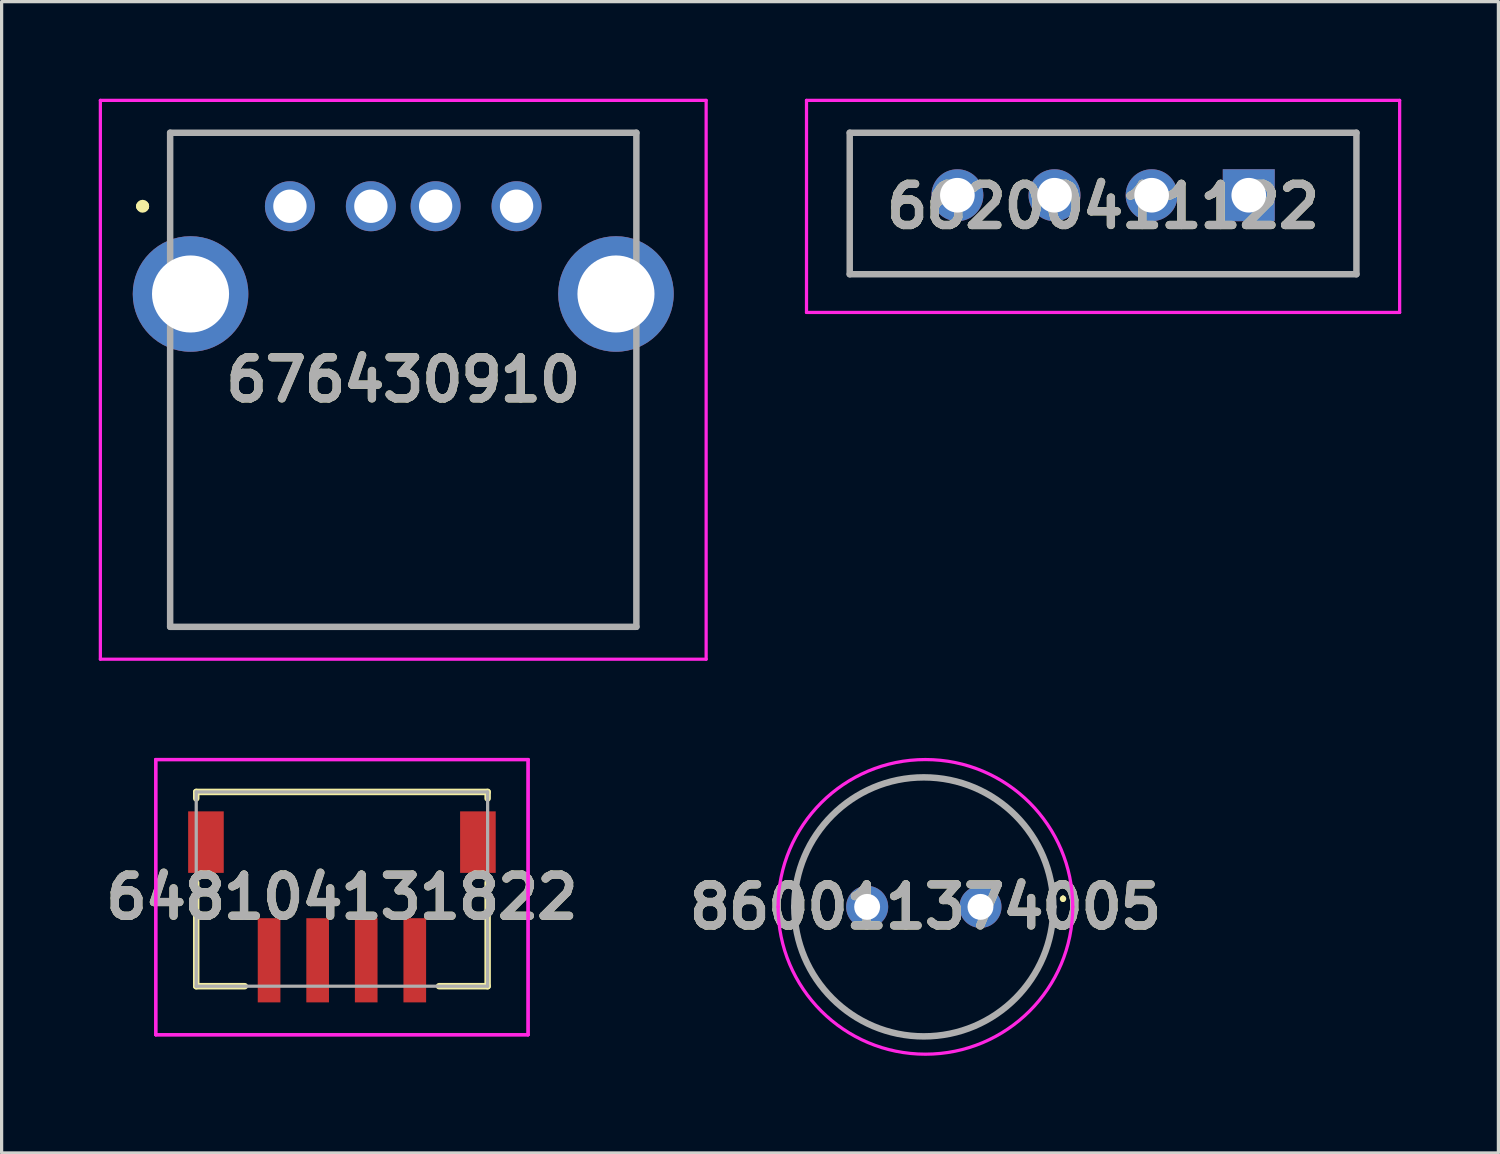
<source format=kicad_pcb>
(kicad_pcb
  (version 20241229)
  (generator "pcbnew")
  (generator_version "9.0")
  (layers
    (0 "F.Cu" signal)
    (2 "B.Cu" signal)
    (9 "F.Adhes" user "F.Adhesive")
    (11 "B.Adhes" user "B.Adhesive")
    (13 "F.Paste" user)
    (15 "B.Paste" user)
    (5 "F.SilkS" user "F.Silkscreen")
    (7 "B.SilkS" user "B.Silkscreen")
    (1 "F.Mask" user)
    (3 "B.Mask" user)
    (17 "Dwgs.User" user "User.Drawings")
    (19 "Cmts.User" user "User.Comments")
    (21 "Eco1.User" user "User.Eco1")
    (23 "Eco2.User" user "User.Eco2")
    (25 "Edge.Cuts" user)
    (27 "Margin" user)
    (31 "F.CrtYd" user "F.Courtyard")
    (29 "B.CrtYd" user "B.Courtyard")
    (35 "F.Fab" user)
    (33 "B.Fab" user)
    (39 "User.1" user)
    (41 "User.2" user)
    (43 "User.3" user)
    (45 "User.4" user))
  (footprint "66200411122"
    (layer "F.Cu")
    (at 35.52 2.98)
    (property "Reference" "66200411122" (at -4.5 0.345 0) (layer "F.SilkS") (effects (font (size 1.27 1.27) (thickness 0.254))))
    (attr through_hole)
    (fp_line (start -12.325 -1.93) (end 3.325 -1.93) (stroke (width 0.1) (type solid)) (layer "F.SilkS"))
    (fp_line (start -12.325 0.57) (end -12.325 -1.93) (stroke (width 0.1) (type solid)) (layer "F.SilkS"))
    (fp_line (start -10.5 2.44) (end 1.5 2.44) (stroke (width 0.1) (type solid)) (layer "F.SilkS"))
    (fp_line (start 3.325 -1.93) (end 3.325 0.57) (stroke (width 0.1) (type solid)) (layer "F.SilkS"))
    (fp_line (start -13.66 -2.93) (end 4.66 -2.93) (stroke (width 0.1) (type solid)) (layer "F.CrtYd"))
    (fp_line (start -13.66 3.62) (end -13.66 -2.93) (stroke (width 0.1) (type solid)) (layer "F.CrtYd"))
    (fp_line (start 4.66 -2.93) (end 4.66 3.62) (stroke (width 0.1) (type solid)) (layer "F.CrtYd"))
    (fp_line (start 4.66 3.62) (end -13.66 3.62) (stroke (width 0.1) (type solid)) (layer "F.CrtYd"))
    (fp_line (start -12.325 -1.93) (end 3.325 -1.93) (stroke (width 0.2) (type solid)) (layer "F.Fab"))
    (fp_line (start -12.325 2.44) (end -12.325 -1.93) (stroke (width 0.2) (type solid)) (layer "F.Fab"))
    (fp_line (start 3.325 -1.93) (end 3.325 2.44) (stroke (width 0.2) (type solid)) (layer "F.Fab"))
    (fp_line (start 3.325 2.44) (end -12.325 2.44) (stroke (width 0.2) (type solid)) (layer "F.Fab"))
    (fp_text user "${REFERENCE}" (at -4.5 0.345 0) (layer "F.Fab") (effects (font (size 1.27 1.27) (thickness 0.254))))
    (pad "" np_thru_hole circle (at -12 1.96) (size 0.001 0.001) (drill 1.32) (layers "*.Cu" "*.Mask"))
    (pad "" np_thru_hole circle (at 3 1.96) (size 0.001 0.001) (drill 1.32) (layers "*.Cu" "*.Mask"))
    (pad "1" thru_hole rect (at 0 0) (size 1.605 1.605) (drill 1.07) (layers "*.Cu" "*.Mask"))
    (pad "2" thru_hole circle (at -3 0) (size 1.605 1.605) (drill 1.07) (layers "*.Cu" "*.Mask"))
    (pad "3" thru_hole circle (at -6 0) (size 1.605 1.605) (drill 1.07) (layers "*.Cu" "*.Mask"))
    (pad "4" thru_hole circle (at -9 0) (size 1.605 1.605) (drill 1.07) (layers "*.Cu" "*.Mask")))
  (footprint "648104131822"
    (layer "F.Cu")
    (at 7.511 24.41)
    (property "Reference" "648104131822" (at 0 0.25 0) (layer "F.SilkS") (effects (font (size 1.27 1.27) (thickness 0.254))))
    (attr smd)
    (fp_line (start -4.5 -3) (end 4.5 -3) (stroke (width 0.2) (type solid)) (layer "F.SilkS"))
    (fp_line (start -4.5 -2.8) (end -4.5 -3) (stroke (width 0.2) (type solid)) (layer "F.SilkS"))
    (fp_line (start -4.5 -0.2) (end -4.5 3) (stroke (width 0.2) (type solid)) (layer "F.SilkS"))
    (fp_line (start -4.5 3) (end -3 3) (stroke (width 0.2) (type solid)) (layer "F.SilkS"))
    (fp_line (start 4.5 -3) (end 4.5 -2.8) (stroke (width 0.2) (type solid)) (layer "F.SilkS"))
    (fp_line (start 4.5 -0.2) (end 4.5 3) (stroke (width 0.2) (type solid)) (layer "F.SilkS"))
    (fp_line (start 4.5 3) (end 3 3) (stroke (width 0.2) (type solid)) (layer "F.SilkS"))
    (fp_line (start -5.75 -4) (end 5.75 -4) (stroke (width 0.1) (type solid)) (layer "F.CrtYd"))
    (fp_line (start -5.75 -4) (end 5.75 -4) (stroke (width 0.1) (type solid)) (layer "F.CrtYd"))
    (fp_line (start -5.75 4.5) (end -5.75 -4) (stroke (width 0.1) (type solid)) (layer "F.CrtYd"))
    (fp_line (start -5.75 4.5) (end -5.75 -4) (stroke (width 0.1) (type solid)) (layer "F.CrtYd"))
    (fp_line (start 5.75 -4) (end 5.75 4.5) (stroke (width 0.1) (type solid)) (layer "F.CrtYd"))
    (fp_line (start 5.75 -4) (end 5.75 4.5) (stroke (width 0.1) (type solid)) (layer "F.CrtYd"))
    (fp_line (start 5.75 4.5) (end -5.75 4.5) (stroke (width 0.1) (type solid)) (layer "F.CrtYd"))
    (fp_line (start 5.75 4.5) (end -5.75 4.5) (stroke (width 0.1) (type solid)) (layer "F.CrtYd"))
    (fp_line (start -4.5 -3) (end 4.5 -3) (stroke (width 0.1) (type solid)) (layer "F.Fab"))
    (fp_line (start -4.5 3) (end -4.5 -3) (stroke (width 0.1) (type solid)) (layer "F.Fab"))
    (fp_line (start 4.5 -3) (end 4.5 3) (stroke (width 0.1) (type solid)) (layer "F.Fab"))
    (fp_line (start 4.5 3) (end -4.5 3) (stroke (width 0.1) (type solid)) (layer "F.Fab"))
    (fp_text user "${REFERENCE}" (at 0 0.25 0) (layer "F.Fab") (effects (font (size 1.27 1.27) (thickness 0.254))))
    (pad "1" smd rect (at -2.25 2.2) (size 0.7 2.6) (layers "F.Cu" "F.Mask" "F.Paste"))
    (pad "2" smd rect (at -0.75 2.2) (size 0.7 2.6) (layers "F.Cu" "F.Mask" "F.Paste"))
    (pad "3" smd rect (at 0.75 2.2) (size 0.7 2.6) (layers "F.Cu" "F.Mask" "F.Paste"))
    (pad "4" smd rect (at 2.25 2.2) (size 0.7 2.6) (layers "F.Cu" "F.Mask" "F.Paste"))
    (pad "MP1" smd rect (at -4.2 -1.45) (size 1.1 1.9) (layers "F.Cu" "F.Mask" "F.Paste"))
    (pad "MP2" smd rect (at 4.2 -1.45) (size 1.1 1.9) (layers "F.Cu" "F.Mask" "F.Paste")))
  (footprint "676430910"
    (layer "F.Cu")
    (at 5.905 3.32)
    (property "Reference" "676430910" (at 3.5 5.36 0) (layer "F.SilkS") (effects (font (size 1.27 1.27) (thickness 0.254))))
    (attr through_hole)
    (fp_line (start -4.6 0) (end -4.6 0) (stroke (width 0.3) (type solid)) (layer "F.SilkS"))
    (fp_line (start -4.5 0) (end -4.5 0) (stroke (width 0.3) (type solid)) (layer "F.SilkS"))
    (fp_line (start -3.7 -2.27) (end 10.7 -2.27) (stroke (width 0.1) (type solid)) (layer "F.SilkS"))
    (fp_line (start -3.7 0.5) (end -3.7 -2.27) (stroke (width 0.1) (type solid)) (layer "F.SilkS"))
    (fp_line (start -3.7 5) (end -3.7 12.99) (stroke (width 0.1) (type solid)) (layer "F.SilkS"))
    (fp_line (start -3.7 12.99) (end 10.7 12.99) (stroke (width 0.1) (type solid)) (layer "F.SilkS"))
    (fp_line (start 10.7 -2.27) (end 10.7 0.5) (stroke (width 0.1) (type solid)) (layer "F.SilkS"))
    (fp_line (start 10.7 12.99) (end 10.7 5) (stroke (width 0.1) (type solid)) (layer "F.SilkS"))
    (fp_arc (start -4.6 0) (mid -4.55 -0.05) (end -4.5 0) (stroke (width 0.3) (type solid)) (layer "F.SilkS"))
    (fp_arc (start -4.5 0) (mid -4.55 0.05) (end -4.6 0) (stroke (width 0.3) (type solid)) (layer "F.SilkS"))
    (fp_line (start -5.855 -3.27) (end 12.855 -3.27) (stroke (width 0.1) (type solid)) (layer "F.CrtYd"))
    (fp_line (start -5.855 13.99) (end -5.855 -3.27) (stroke (width 0.1) (type solid)) (layer "F.CrtYd"))
    (fp_line (start 12.855 -3.27) (end 12.855 13.99) (stroke (width 0.1) (type solid)) (layer "F.CrtYd"))
    (fp_line (start 12.855 13.99) (end -5.855 13.99) (stroke (width 0.1) (type solid)) (layer "F.CrtYd"))
    (fp_line (start -3.7 -2.27) (end 10.7 -2.27) (stroke (width 0.2) (type solid)) (layer "F.Fab"))
    (fp_line (start -3.7 12.99) (end -3.7 -2.27) (stroke (width 0.2) (type solid)) (layer "F.Fab"))
    (fp_line (start 10.7 -2.27) (end 10.7 12.99) (stroke (width 0.2) (type solid)) (layer "F.Fab"))
    (fp_line (start 10.7 12.99) (end -3.7 12.99) (stroke (width 0.2) (type solid)) (layer "F.Fab"))
    (fp_text user "${REFERENCE}" (at 3.5 5.36 0) (layer "F.Fab") (effects (font (size 1.27 1.27) (thickness 0.254))))
    (pad "1" thru_hole circle (at 0 0) (size 1.545 1.545) (drill 1.03) (layers "*.Cu" "*.Mask"))
    (pad "2" thru_hole circle (at 2.5 0) (size 1.545 1.545) (drill 1.03) (layers "*.Cu" "*.Mask"))
    (pad "3" thru_hole circle (at 4.5 0) (size 1.545 1.545) (drill 1.03) (layers "*.Cu" "*.Mask"))
    (pad "4" thru_hole circle (at 7 0) (size 1.545 1.545) (drill 1.03) (layers "*.Cu" "*.Mask"))
    (pad "MH1" thru_hole circle (at -3.07 2.71) (size 3.57 3.57) (drill 2.38) (layers "*.Cu" "*.Mask"))
    (pad "MH2" thru_hole circle (at 10.07 2.71) (size 3.57 3.57) (drill 2.38) (layers "*.Cu" "*.Mask")))
  (footprint "860011374005"
    (layer "F.Cu")
    (at 27.233 24.96)
    (property "Reference" "860011374005" (at -1.7 0 0) (layer "F.SilkS") (effects (font (size 1.27 1.27) (thickness 0.254))))
    (attr through_hole)
    (fp_line (start -5.75 0) (end -5.75 0) (stroke (width 0.1) (type solid)) (layer "F.SilkS"))
    (fp_line (start 2.25 0) (end 2.25 0) (stroke (width 0.1) (type solid)) (layer "F.SilkS"))
    (fp_line (start 2.55 -0.3) (end 2.55 -0.3) (stroke (width 0.1) (type solid)) (layer "F.SilkS"))
    (fp_line (start 2.55 -0.2) (end 2.55 -0.2) (stroke (width 0.1) (type solid)) (layer "F.SilkS"))
    (fp_arc (start -5.75 0) (mid -1.75 -4) (end 2.25 0) (stroke (width 0.1) (type solid)) (layer "F.SilkS"))
    (fp_arc (start 2.25 0) (mid -1.75 4) (end -5.75 0) (stroke (width 0.1) (type solid)) (layer "F.SilkS"))
    (fp_arc (start 2.55 -0.3) (mid 2.6 -0.25) (end 2.55 -0.2) (stroke (width 0.1) (type solid)) (layer "F.SilkS"))
    (fp_arc (start 2.55 -0.2) (mid 2.5 -0.25) (end 2.55 -0.3) (stroke (width 0.1) (type solid)) (layer "F.SilkS"))
    (fp_line (start -6.25 0) (end -6.25 0) (stroke (width 0.1) (type solid)) (layer "F.CrtYd"))
    (fp_line (start 2.85 0) (end 2.85 0) (stroke (width 0.1) (type solid)) (layer "F.CrtYd"))
    (fp_arc (start -6.25 0) (mid -1.7 -4.55) (end 2.85 0) (stroke (width 0.1) (type solid)) (layer "F.CrtYd"))
    (fp_arc (start 2.85 0) (mid -1.7 4.55) (end -6.25 0) (stroke (width 0.1) (type solid)) (layer "F.CrtYd"))
    (fp_line (start -5.75 0) (end -5.75 0) (stroke (width 0.2) (type solid)) (layer "F.Fab"))
    (fp_line (start 2.25 0) (end 2.25 0) (stroke (width 0.2) (type solid)) (layer "F.Fab"))
    (fp_arc (start -5.75 0) (mid -1.75 -4) (end 2.25 0) (stroke (width 0.2) (type solid)) (layer "F.Fab"))
    (fp_arc (start 2.25 0) (mid -1.75 4) (end -5.75 0) (stroke (width 0.2) (type solid)) (layer "F.Fab"))
    (fp_text user "${REFERENCE}" (at -1.7 0 0) (layer "F.Fab") (effects (font (size 1.27 1.27) (thickness 0.254))))
    (pad "1" thru_hole circle (at 0 0) (size 1.3 1.3) (drill 0.8) (layers "*.Cu" "*.Mask"))
    (pad "2" thru_hole circle (at -3.5 0) (size 1.3 1.3) (drill 0.8) (layers "*.Cu" "*.Mask")))
  (gr_rect
    (start -3 -3)
    (end 43.23 32.56)
    (stroke (width 0.1) (type default))
    (fill no)
    (layer "Edge.Cuts")))
</source>
